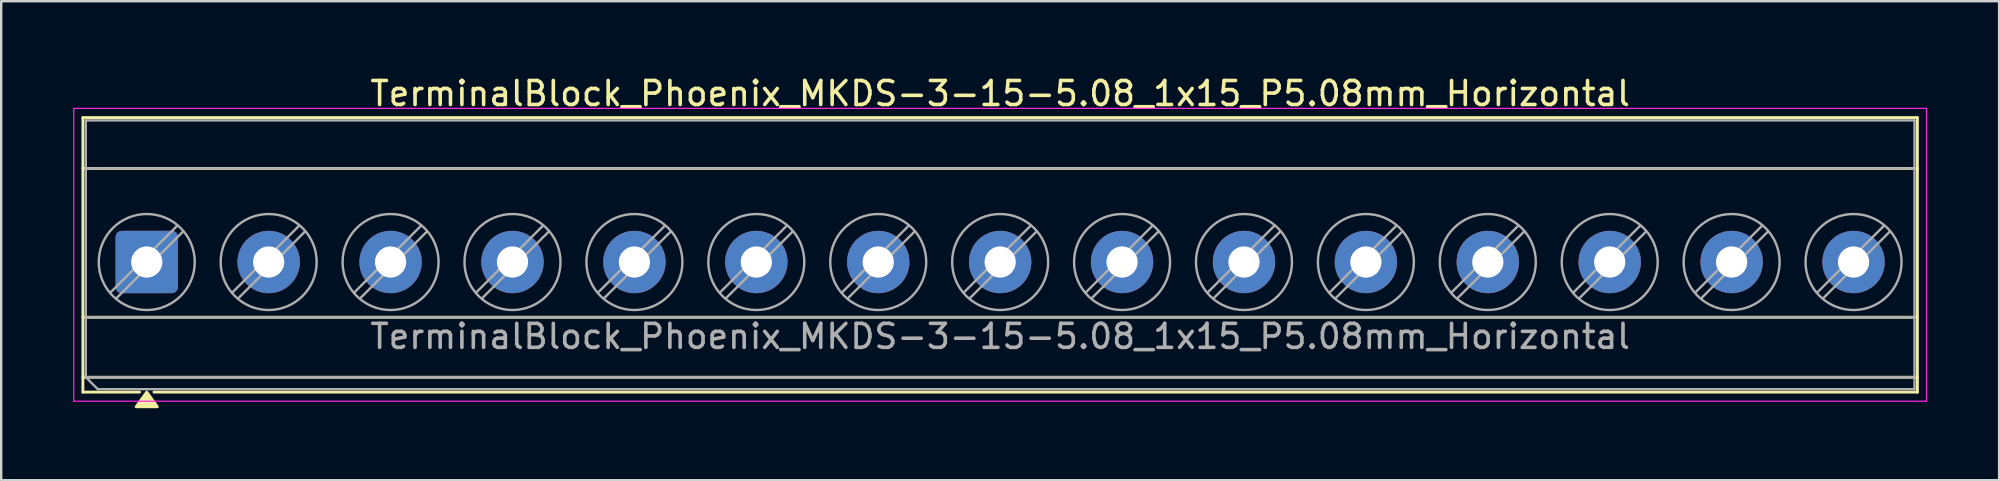
<source format=kicad_pcb>
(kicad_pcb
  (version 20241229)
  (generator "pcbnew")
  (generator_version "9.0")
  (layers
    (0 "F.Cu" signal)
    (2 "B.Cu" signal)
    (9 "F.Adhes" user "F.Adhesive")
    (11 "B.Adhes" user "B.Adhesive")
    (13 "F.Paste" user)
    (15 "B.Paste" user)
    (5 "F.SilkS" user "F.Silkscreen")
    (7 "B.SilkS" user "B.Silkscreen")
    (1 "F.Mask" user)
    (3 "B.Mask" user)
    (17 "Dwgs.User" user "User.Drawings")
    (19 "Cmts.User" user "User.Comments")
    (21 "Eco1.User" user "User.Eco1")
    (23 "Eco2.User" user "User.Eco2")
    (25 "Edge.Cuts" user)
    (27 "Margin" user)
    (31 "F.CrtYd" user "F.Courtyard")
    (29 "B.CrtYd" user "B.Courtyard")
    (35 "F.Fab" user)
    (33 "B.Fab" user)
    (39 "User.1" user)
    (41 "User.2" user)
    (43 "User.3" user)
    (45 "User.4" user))
  (footprint "TerminalBlock_Phoenix_MKDS-3-15-5.08_1x15_P5.08mm_Horizontal"
    (layer "F.Cu")
    (at 3.065 7.868)
    (property "Reference" "TerminalBlock_Phoenix_MKDS-3-15-5.08_1x15_P5.08mm_Horizontal" (at 35.56 -7.02 0) (layer "F.SilkS") (effects (font (size 1 1) (thickness 0.15))))
    (attr through_hole)
    (fp_line (start -2.66 -6.02) (end 73.78 -6.02) (stroke (width 0.12) (type solid)) (layer "F.SilkS"))
    (fp_line (start -2.66 -3.9) (end 73.78 -3.9) (stroke (width 0.12) (type solid)) (layer "F.SilkS"))
    (fp_line (start -2.66 2.3) (end 73.78 2.3) (stroke (width 0.12) (type solid)) (layer "F.SilkS"))
    (fp_line (start -2.66 4.8) (end 73.78 4.8) (stroke (width 0.12) (type solid)) (layer "F.SilkS"))
    (fp_line (start -2.66 5.42) (end -2.66 -6.02) (stroke (width 0.12) (type solid)) (layer "F.SilkS"))
    (fp_line (start -0.3 5.42) (end -2.66 5.42) (stroke (width 0.12) (type solid)) (layer "F.SilkS"))
    (fp_line (start 73.78 -6.02) (end 73.78 5.42) (stroke (width 0.12) (type solid)) (layer "F.SilkS"))
    (fp_line (start 73.78 5.42) (end 0.3 5.42) (stroke (width 0.12) (type solid)) (layer "F.SilkS"))
    (fp_poly (pts (xy 0 5.42) (xy 0.44 6.03) (xy -0.44 6.03)) (stroke (width 0.12) (type solid)) (fill yes) (layer "F.SilkS"))
    (fp_line (start -3.04 -6.4) (end -3.04 5.8) (stroke (width 0.05) (type solid)) (layer "F.CrtYd"))
    (fp_line (start -3.04 5.8) (end 74.16 5.8) (stroke (width 0.05) (type solid)) (layer "F.CrtYd"))
    (fp_line (start 74.16 -6.4) (end -3.04 -6.4) (stroke (width 0.05) (type solid)) (layer "F.CrtYd"))
    (fp_line (start 74.16 5.8) (end 74.16 -6.4) (stroke (width 0.05) (type solid)) (layer "F.CrtYd"))
    (fp_line (start -2.54 -5.9) (end 73.66 -5.9) (stroke (width 0.1) (type solid)) (layer "F.Fab"))
    (fp_line (start -2.54 -3.9) (end 73.66 -3.9) (stroke (width 0.1) (type solid)) (layer "F.Fab"))
    (fp_line (start -2.54 2.3) (end 73.66 2.3) (stroke (width 0.1) (type solid)) (layer "F.Fab"))
    (fp_line (start -2.54 4.8) (end -2.54 -5.9) (stroke (width 0.1) (type solid)) (layer "F.Fab"))
    (fp_line (start -2.54 4.8) (end 73.66 4.8) (stroke (width 0.1) (type solid)) (layer "F.Fab"))
    (fp_line (start -2.04 5.3) (end -2.54 4.8) (stroke (width 0.1) (type solid)) (layer "F.Fab"))
    (fp_line (start 1.273 -1.517) (end -1.517 1.273) (stroke (width 0.1) (type solid)) (layer "F.Fab"))
    (fp_line (start 1.517 -1.273) (end -1.273 1.517) (stroke (width 0.1) (type solid)) (layer "F.Fab"))
    (fp_line (start 6.353 -1.517) (end 3.563 1.273) (stroke (width 0.1) (type solid)) (layer "F.Fab"))
    (fp_line (start 6.597 -1.273) (end 3.807 1.517) (stroke (width 0.1) (type solid)) (layer "F.Fab"))
    (fp_line (start 11.433 -1.517) (end 8.643 1.273) (stroke (width 0.1) (type solid)) (layer "F.Fab"))
    (fp_line (start 11.677 -1.273) (end 8.887 1.517) (stroke (width 0.1) (type solid)) (layer "F.Fab"))
    (fp_line (start 16.513 -1.517) (end 13.723 1.273) (stroke (width 0.1) (type solid)) (layer "F.Fab"))
    (fp_line (start 16.757 -1.273) (end 13.967 1.517) (stroke (width 0.1) (type solid)) (layer "F.Fab"))
    (fp_line (start 21.593 -1.517) (end 18.803 1.273) (stroke (width 0.1) (type solid)) (layer "F.Fab"))
    (fp_line (start 21.837 -1.273) (end 19.047 1.517) (stroke (width 0.1) (type solid)) (layer "F.Fab"))
    (fp_line (start 26.673 -1.517) (end 23.883 1.273) (stroke (width 0.1) (type solid)) (layer "F.Fab"))
    (fp_line (start 26.917 -1.273) (end 24.127 1.517) (stroke (width 0.1) (type solid)) (layer "F.Fab"))
    (fp_line (start 31.753 -1.517) (end 28.963 1.273) (stroke (width 0.1) (type solid)) (layer "F.Fab"))
    (fp_line (start 31.997 -1.273) (end 29.207 1.517) (stroke (width 0.1) (type solid)) (layer "F.Fab"))
    (fp_line (start 36.833 -1.517) (end 34.043 1.273) (stroke (width 0.1) (type solid)) (layer "F.Fab"))
    (fp_line (start 37.077 -1.273) (end 34.287 1.517) (stroke (width 0.1) (type solid)) (layer "F.Fab"))
    (fp_line (start 41.913 -1.517) (end 39.123 1.273) (stroke (width 0.1) (type solid)) (layer "F.Fab"))
    (fp_line (start 42.157 -1.273) (end 39.367 1.517) (stroke (width 0.1) (type solid)) (layer "F.Fab"))
    (fp_line (start 46.993 -1.517) (end 44.203 1.273) (stroke (width 0.1) (type solid)) (layer "F.Fab"))
    (fp_line (start 47.237 -1.273) (end 44.447 1.517) (stroke (width 0.1) (type solid)) (layer "F.Fab"))
    (fp_line (start 52.073 -1.517) (end 49.283 1.273) (stroke (width 0.1) (type solid)) (layer "F.Fab"))
    (fp_line (start 52.317 -1.273) (end 49.527 1.517) (stroke (width 0.1) (type solid)) (layer "F.Fab"))
    (fp_line (start 57.153 -1.517) (end 54.363 1.273) (stroke (width 0.1) (type solid)) (layer "F.Fab"))
    (fp_line (start 57.397 -1.273) (end 54.607 1.517) (stroke (width 0.1) (type solid)) (layer "F.Fab"))
    (fp_line (start 62.233 -1.517) (end 59.443 1.273) (stroke (width 0.1) (type solid)) (layer "F.Fab"))
    (fp_line (start 62.477 -1.273) (end 59.687 1.517) (stroke (width 0.1) (type solid)) (layer "F.Fab"))
    (fp_line (start 67.313 -1.517) (end 64.523 1.273) (stroke (width 0.1) (type solid)) (layer "F.Fab"))
    (fp_line (start 67.557 -1.273) (end 64.767 1.517) (stroke (width 0.1) (type solid)) (layer "F.Fab"))
    (fp_line (start 72.393 -1.517) (end 69.603 1.273) (stroke (width 0.1) (type solid)) (layer "F.Fab"))
    (fp_line (start 72.637 -1.273) (end 69.847 1.517) (stroke (width 0.1) (type solid)) (layer "F.Fab"))
    (fp_line (start 73.66 -5.9) (end 73.66 5.3) (stroke (width 0.1) (type solid)) (layer "F.Fab"))
    (fp_line (start 73.66 5.3) (end -2.04 5.3) (stroke (width 0.1) (type solid)) (layer "F.Fab"))
    (fp_circle (center 0 0) (end 2 0) (stroke (width 0.1) (type solid)) (fill no) (layer "F.Fab"))
    (fp_circle (center 5.08 0) (end 7.08 0) (stroke (width 0.1) (type solid)) (fill no) (layer "F.Fab"))
    (fp_circle (center 10.16 0) (end 12.16 0) (stroke (width 0.1) (type solid)) (fill no) (layer "F.Fab"))
    (fp_circle (center 15.24 0) (end 17.24 0) (stroke (width 0.1) (type solid)) (fill no) (layer "F.Fab"))
    (fp_circle (center 20.32 0) (end 22.32 0) (stroke (width 0.1) (type solid)) (fill no) (layer "F.Fab"))
    (fp_circle (center 25.4 0) (end 27.4 0) (stroke (width 0.1) (type solid)) (fill no) (layer "F.Fab"))
    (fp_circle (center 30.48 0) (end 32.48 0) (stroke (width 0.1) (type solid)) (fill no) (layer "F.Fab"))
    (fp_circle (center 35.56 0) (end 37.56 0) (stroke (width 0.1) (type solid)) (fill no) (layer "F.Fab"))
    (fp_circle (center 40.64 0) (end 42.64 0) (stroke (width 0.1) (type solid)) (fill no) (layer "F.Fab"))
    (fp_circle (center 45.72 0) (end 47.72 0) (stroke (width 0.1) (type solid)) (fill no) (layer "F.Fab"))
    (fp_circle (center 50.8 0) (end 52.8 0) (stroke (width 0.1) (type solid)) (fill no) (layer "F.Fab"))
    (fp_circle (center 55.88 0) (end 57.88 0) (stroke (width 0.1) (type solid)) (fill no) (layer "F.Fab"))
    (fp_circle (center 60.96 0) (end 62.96 0) (stroke (width 0.1) (type solid)) (fill no) (layer "F.Fab"))
    (fp_circle (center 66.04 0) (end 68.04 0) (stroke (width 0.1) (type solid)) (fill no) (layer "F.Fab"))
    (fp_circle (center 71.12 0) (end 73.12 0) (stroke (width 0.1) (type solid)) (fill no) (layer "F.Fab"))
    (fp_text user "${REFERENCE}" (at 35.56 3.1 0) (layer "F.Fab") (effects (font (size 1 1) (thickness 0.15))))
    (pad "1" thru_hole roundrect (at 0 0) (size 2.6 2.6) (drill 1.3) (layers "*.Cu" "*.Mask") (roundrect_rratio 0.096))
    (pad "2" thru_hole circle (at 5.08 0) (size 2.6 2.6) (drill 1.3) (layers "*.Cu" "*.Mask"))
    (pad "3" thru_hole circle (at 10.16 0) (size 2.6 2.6) (drill 1.3) (layers "*.Cu" "*.Mask"))
    (pad "4" thru_hole circle (at 15.24 0) (size 2.6 2.6) (drill 1.3) (layers "*.Cu" "*.Mask"))
    (pad "5" thru_hole circle (at 20.32 0) (size 2.6 2.6) (drill 1.3) (layers "*.Cu" "*.Mask"))
    (pad "6" thru_hole circle (at 25.4 0) (size 2.6 2.6) (drill 1.3) (layers "*.Cu" "*.Mask"))
    (pad "7" thru_hole circle (at 30.48 0) (size 2.6 2.6) (drill 1.3) (layers "*.Cu" "*.Mask"))
    (pad "8" thru_hole circle (at 35.56 0) (size 2.6 2.6) (drill 1.3) (layers "*.Cu" "*.Mask"))
    (pad "9" thru_hole circle (at 40.64 0) (size 2.6 2.6) (drill 1.3) (layers "*.Cu" "*.Mask"))
    (pad "10" thru_hole circle (at 45.72 0) (size 2.6 2.6) (drill 1.3) (layers "*.Cu" "*.Mask"))
    (pad "11" thru_hole circle (at 50.8 0) (size 2.6 2.6) (drill 1.3) (layers "*.Cu" "*.Mask"))
    (pad "12" thru_hole circle (at 55.88 0) (size 2.6 2.6) (drill 1.3) (layers "*.Cu" "*.Mask"))
    (pad "13" thru_hole circle (at 60.96 0) (size 2.6 2.6) (drill 1.3) (layers "*.Cu" "*.Mask"))
    (pad "14" thru_hole circle (at 66.04 0) (size 2.6 2.6) (drill 1.3) (layers "*.Cu" "*.Mask"))
    (pad "15" thru_hole circle (at 71.12 0) (size 2.6 2.6) (drill 1.3) (layers "*.Cu" "*.Mask")))
  (gr_rect
    (start -3 -3)
    (end 80.25 16.958)
    (stroke (width 0.1) (type default))
    (fill no)
    (layer "Edge.Cuts")))
</source>
